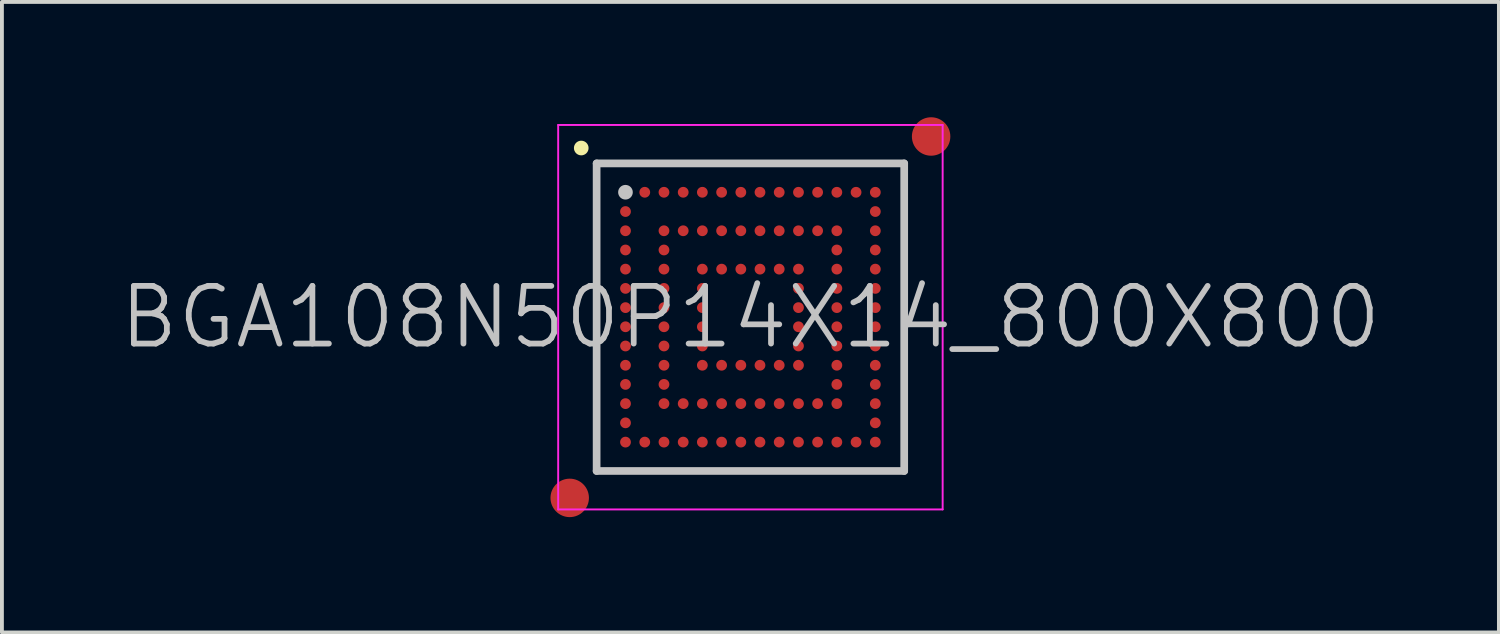
<source format=kicad_pcb>
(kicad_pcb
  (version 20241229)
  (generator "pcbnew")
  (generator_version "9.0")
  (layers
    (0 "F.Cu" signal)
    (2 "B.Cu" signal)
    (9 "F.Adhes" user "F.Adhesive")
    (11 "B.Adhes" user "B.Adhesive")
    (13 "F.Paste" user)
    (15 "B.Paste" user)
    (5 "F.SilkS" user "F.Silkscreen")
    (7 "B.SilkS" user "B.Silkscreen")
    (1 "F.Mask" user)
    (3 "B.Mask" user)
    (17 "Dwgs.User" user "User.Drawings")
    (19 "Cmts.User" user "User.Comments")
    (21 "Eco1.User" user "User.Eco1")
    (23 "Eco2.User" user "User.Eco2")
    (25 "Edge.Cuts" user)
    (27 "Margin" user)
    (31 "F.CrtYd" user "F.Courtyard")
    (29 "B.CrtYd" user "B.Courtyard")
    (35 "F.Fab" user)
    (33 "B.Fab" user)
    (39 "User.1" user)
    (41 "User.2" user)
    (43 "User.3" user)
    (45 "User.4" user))
  (footprint "BGA108N50P14X14_800X800"
    (layer "F.Cu")
    (at 16.468 5.2)
    (property "Reference" "BGA108N50P14X14_800X800" (at 0 0 0) (layer "Dwgs.User") (effects (font (size 1.5 1.5) (thickness 0.15))))
    (attr smd)
    (fp_line (start -4.4 -4.4) (end -4.4 -4.4) (stroke (width 0.381) (type solid)) (layer "F.SilkS"))
    (fp_line (start -4 -4) (end -4 4) (stroke (width 0.2) (type solid)) (layer "Dwgs.User"))
    (fp_line (start -4 -4) (end 4 -4) (stroke (width 0.2) (type solid)) (layer "Dwgs.User"))
    (fp_line (start -4 4) (end 4 4) (stroke (width 0.2) (type solid)) (layer "Dwgs.User"))
    (fp_line (start -3.25 -3.25) (end -3.25 -3.25) (stroke (width 0.381) (type solid)) (layer "Dwgs.User"))
    (fp_line (start 4 -4) (end 4 4) (stroke (width 0.2) (type solid)) (layer "Dwgs.User"))
    (fp_line (start -5 -5) (end -5 5) (stroke (width 0.05) (type solid)) (layer "F.CrtYd"))
    (fp_line (start -5 -5) (end 5 -5) (stroke (width 0.05) (type solid)) (layer "F.CrtYd"))
    (fp_line (start -5 5) (end 5 5) (stroke (width 0.05) (type solid)) (layer "F.CrtYd"))
    (fp_line (start 5 -5) (end 5 5) (stroke (width 0.05) (type solid)) (layer "F.CrtYd"))
    (pad "" smd circle (at -4.7 4.7) (size 1 1) (layers "F.Cu" "F.Mask"))
    (pad "" smd circle (at 4.7 -4.7) (size 1 1) (layers "F.Cu" "F.Mask"))
    (pad "A1" smd circle (at -3.249 -3.249 270) (size 0.28 0.28) (layers "F.Cu" "F.Mask" "F.Paste"))
    (pad "A2" smd circle (at -2.748 -3.249 270) (size 0.28 0.28) (layers "F.Cu" "F.Mask" "F.Paste"))
    (pad "A3" smd circle (at -2.248 -3.249 270) (size 0.28 0.28) (layers "F.Cu" "F.Mask" "F.Paste"))
    (pad "A4" smd circle (at -1.748 -3.249 270) (size 0.28 0.28) (layers "F.Cu" "F.Mask" "F.Paste"))
    (pad "A5" smd circle (at -1.25 -3.249 270) (size 0.28 0.28) (layers "F.Cu" "F.Mask" "F.Paste"))
    (pad "A6" smd circle (at -0.749 -3.249 270) (size 0.28 0.28) (layers "F.Cu" "F.Mask" "F.Paste"))
    (pad "A7" smd circle (at -0.249 -3.249 270) (size 0.28 0.28) (layers "F.Cu" "F.Mask" "F.Paste"))
    (pad "A8" smd circle (at 0.249 -3.249 270) (size 0.28 0.28) (layers "F.Cu" "F.Mask" "F.Paste"))
    (pad "A9" smd circle (at 0.749 -3.249 270) (size 0.28 0.28) (layers "F.Cu" "F.Mask" "F.Paste"))
    (pad "A10" smd circle (at 1.25 -3.249 270) (size 0.28 0.28) (layers "F.Cu" "F.Mask" "F.Paste"))
    (pad "A11" smd circle (at 1.748 -3.249 270) (size 0.28 0.28) (layers "F.Cu" "F.Mask" "F.Paste"))
    (pad "A12" smd circle (at 2.248 -3.249 270) (size 0.28 0.28) (layers "F.Cu" "F.Mask" "F.Paste"))
    (pad "A13" smd circle (at 2.748 -3.249 270) (size 0.28 0.28) (layers "F.Cu" "F.Mask" "F.Paste"))
    (pad "A14" smd circle (at 3.249 -3.249 270) (size 0.28 0.28) (layers "F.Cu" "F.Mask" "F.Paste"))
    (pad "B1" smd circle (at -3.249 -2.748 270) (size 0.28 0.28) (layers "F.Cu" "F.Mask" "F.Paste"))
    (pad "B14" smd circle (at 3.249 -2.748 270) (size 0.28 0.28) (layers "F.Cu" "F.Mask" "F.Paste"))
    (pad "C1" smd circle (at -3.249 -2.248 270) (size 0.28 0.28) (layers "F.Cu" "F.Mask" "F.Paste"))
    (pad "C3" smd circle (at -2.248 -2.248 270) (size 0.28 0.28) (layers "F.Cu" "F.Mask" "F.Paste"))
    (pad "C4" smd circle (at -1.748 -2.248 270) (size 0.28 0.28) (layers "F.Cu" "F.Mask" "F.Paste"))
    (pad "C5" smd circle (at -1.25 -2.248 270) (size 0.28 0.28) (layers "F.Cu" "F.Mask" "F.Paste"))
    (pad "C6" smd circle (at -0.749 -2.248 270) (size 0.28 0.28) (layers "F.Cu" "F.Mask" "F.Paste"))
    (pad "C7" smd circle (at -0.249 -2.248 270) (size 0.28 0.28) (layers "F.Cu" "F.Mask" "F.Paste"))
    (pad "C8" smd circle (at 0.249 -2.248 270) (size 0.28 0.28) (layers "F.Cu" "F.Mask" "F.Paste"))
    (pad "C9" smd circle (at 0.749 -2.248 270) (size 0.28 0.28) (layers "F.Cu" "F.Mask" "F.Paste"))
    (pad "C10" smd circle (at 1.25 -2.248 270) (size 0.28 0.28) (layers "F.Cu" "F.Mask" "F.Paste"))
    (pad "C11" smd circle (at 1.748 -2.248 270) (size 0.28 0.28) (layers "F.Cu" "F.Mask" "F.Paste"))
    (pad "C12" smd circle (at 2.248 -2.248 270) (size 0.28 0.28) (layers "F.Cu" "F.Mask" "F.Paste"))
    (pad "C14" smd circle (at 3.249 -2.248 270) (size 0.28 0.28) (layers "F.Cu" "F.Mask" "F.Paste"))
    (pad "D1" smd circle (at -3.249 -1.748 270) (size 0.28 0.28) (layers "F.Cu" "F.Mask" "F.Paste"))
    (pad "D3" smd circle (at -2.248 -1.748 270) (size 0.28 0.28) (layers "F.Cu" "F.Mask" "F.Paste"))
    (pad "D12" smd circle (at 2.248 -1.748 270) (size 0.28 0.28) (layers "F.Cu" "F.Mask" "F.Paste"))
    (pad "D14" smd circle (at 3.249 -1.748 270) (size 0.28 0.28) (layers "F.Cu" "F.Mask" "F.Paste"))
    (pad "E1" smd circle (at -3.249 -1.25 270) (size 0.28 0.28) (layers "F.Cu" "F.Mask" "F.Paste"))
    (pad "E3" smd circle (at -2.248 -1.25 270) (size 0.28 0.28) (layers "F.Cu" "F.Mask" "F.Paste"))
    (pad "E5" smd circle (at -1.25 -1.25 270) (size 0.28 0.28) (layers "F.Cu" "F.Mask" "F.Paste"))
    (pad "E6" smd circle (at -0.749 -1.25 270) (size 0.28 0.28) (layers "F.Cu" "F.Mask" "F.Paste"))
    (pad "E7" smd circle (at -0.249 -1.25 270) (size 0.28 0.28) (layers "F.Cu" "F.Mask" "F.Paste"))
    (pad "E8" smd circle (at 0.249 -1.25 270) (size 0.28 0.28) (layers "F.Cu" "F.Mask" "F.Paste"))
    (pad "E9" smd circle (at 0.749 -1.25 270) (size 0.28 0.28) (layers "F.Cu" "F.Mask" "F.Paste"))
    (pad "E10" smd circle (at 1.25 -1.25 270) (size 0.28 0.28) (layers "F.Cu" "F.Mask" "F.Paste"))
    (pad "E12" smd circle (at 2.248 -1.25 270) (size 0.28 0.28) (layers "F.Cu" "F.Mask" "F.Paste"))
    (pad "E14" smd circle (at 3.249 -1.25 270) (size 0.28 0.28) (layers "F.Cu" "F.Mask" "F.Paste"))
    (pad "F1" smd circle (at -3.249 -0.749 270) (size 0.28 0.28) (layers "F.Cu" "F.Mask" "F.Paste"))
    (pad "F3" smd circle (at -2.248 -0.749 270) (size 0.28 0.28) (layers "F.Cu" "F.Mask" "F.Paste"))
    (pad "F5" smd circle (at -1.25 -0.749 270) (size 0.28 0.28) (layers "F.Cu" "F.Mask" "F.Paste"))
    (pad "F10" smd circle (at 1.25 -0.749 270) (size 0.28 0.28) (layers "F.Cu" "F.Mask" "F.Paste"))
    (pad "F12" smd circle (at 2.248 -0.749 270) (size 0.28 0.28) (layers "F.Cu" "F.Mask" "F.Paste"))
    (pad "F14" smd circle (at 3.249 -0.749 270) (size 0.28 0.28) (layers "F.Cu" "F.Mask" "F.Paste"))
    (pad "G1" smd circle (at -3.249 -0.249 270) (size 0.28 0.28) (layers "F.Cu" "F.Mask" "F.Paste"))
    (pad "G3" smd circle (at -2.248 -0.249 270) (size 0.28 0.28) (layers "F.Cu" "F.Mask" "F.Paste"))
    (pad "G5" smd circle (at -1.25 -0.249 270) (size 0.28 0.28) (layers "F.Cu" "F.Mask" "F.Paste"))
    (pad "G10" smd circle (at 1.25 -0.249 270) (size 0.28 0.28) (layers "F.Cu" "F.Mask" "F.Paste"))
    (pad "G12" smd circle (at 2.248 -0.249 270) (size 0.28 0.28) (layers "F.Cu" "F.Mask" "F.Paste"))
    (pad "G14" smd circle (at 3.249 -0.249 270) (size 0.28 0.28) (layers "F.Cu" "F.Mask" "F.Paste"))
    (pad "H1" smd circle (at -3.249 0.249 270) (size 0.28 0.28) (layers "F.Cu" "F.Mask" "F.Paste"))
    (pad "H3" smd circle (at -2.248 0.249 270) (size 0.28 0.28) (layers "F.Cu" "F.Mask" "F.Paste"))
    (pad "H5" smd circle (at -1.25 0.249 270) (size 0.28 0.28) (layers "F.Cu" "F.Mask" "F.Paste"))
    (pad "H10" smd circle (at 1.25 0.249 270) (size 0.28 0.28) (layers "F.Cu" "F.Mask" "F.Paste"))
    (pad "H12" smd circle (at 2.248 0.249 270) (size 0.28 0.28) (layers "F.Cu" "F.Mask" "F.Paste"))
    (pad "H14" smd circle (at 3.249 0.249 270) (size 0.28 0.28) (layers "F.Cu" "F.Mask" "F.Paste"))
    (pad "J1" smd circle (at -3.249 0.749 270) (size 0.28 0.28) (layers "F.Cu" "F.Mask" "F.Paste"))
    (pad "J3" smd circle (at -2.248 0.749 270) (size 0.28 0.28) (layers "F.Cu" "F.Mask" "F.Paste"))
    (pad "J5" smd circle (at -1.25 0.749 270) (size 0.28 0.28) (layers "F.Cu" "F.Mask" "F.Paste"))
    (pad "J10" smd circle (at 1.25 0.749 270) (size 0.28 0.28) (layers "F.Cu" "F.Mask" "F.Paste"))
    (pad "J12" smd circle (at 2.248 0.749 270) (size 0.28 0.28) (layers "F.Cu" "F.Mask" "F.Paste"))
    (pad "J14" smd circle (at 3.249 0.749 270) (size 0.28 0.28) (layers "F.Cu" "F.Mask" "F.Paste"))
    (pad "K1" smd circle (at -3.249 1.25 270) (size 0.28 0.28) (layers "F.Cu" "F.Mask" "F.Paste"))
    (pad "K3" smd circle (at -2.248 1.25 270) (size 0.28 0.28) (layers "F.Cu" "F.Mask" "F.Paste"))
    (pad "K5" smd circle (at -1.25 1.25 270) (size 0.28 0.28) (layers "F.Cu" "F.Mask" "F.Paste"))
    (pad "K6" smd circle (at -0.749 1.25 270) (size 0.28 0.28) (layers "F.Cu" "F.Mask" "F.Paste"))
    (pad "K7" smd circle (at -0.249 1.25 270) (size 0.28 0.28) (layers "F.Cu" "F.Mask" "F.Paste"))
    (pad "K8" smd circle (at 0.249 1.25 270) (size 0.28 0.28) (layers "F.Cu" "F.Mask" "F.Paste"))
    (pad "K9" smd circle (at 0.749 1.25 270) (size 0.28 0.28) (layers "F.Cu" "F.Mask" "F.Paste"))
    (pad "K10" smd circle (at 1.25 1.25 270) (size 0.28 0.28) (layers "F.Cu" "F.Mask" "F.Paste"))
    (pad "K12" smd circle (at 2.248 1.25 270) (size 0.28 0.28) (layers "F.Cu" "F.Mask" "F.Paste"))
    (pad "K14" smd circle (at 3.249 1.25 270) (size 0.28 0.28) (layers "F.Cu" "F.Mask" "F.Paste"))
    (pad "L1" smd circle (at -3.249 1.748 270) (size 0.28 0.28) (layers "F.Cu" "F.Mask" "F.Paste"))
    (pad "L3" smd circle (at -2.248 1.748 270) (size 0.28 0.28) (layers "F.Cu" "F.Mask" "F.Paste"))
    (pad "L12" smd circle (at 2.248 1.748 270) (size 0.28 0.28) (layers "F.Cu" "F.Mask" "F.Paste"))
    (pad "L14" smd circle (at 3.249 1.748 270) (size 0.28 0.28) (layers "F.Cu" "F.Mask" "F.Paste"))
    (pad "M1" smd circle (at -3.249 2.248 270) (size 0.28 0.28) (layers "F.Cu" "F.Mask" "F.Paste"))
    (pad "M3" smd circle (at -2.248 2.248 270) (size 0.28 0.28) (layers "F.Cu" "F.Mask" "F.Paste"))
    (pad "M4" smd circle (at -1.748 2.248 270) (size 0.28 0.28) (layers "F.Cu" "F.Mask" "F.Paste"))
    (pad "M5" smd circle (at -1.25 2.248 270) (size 0.28 0.28) (layers "F.Cu" "F.Mask" "F.Paste"))
    (pad "M6" smd circle (at -0.749 2.248 270) (size 0.28 0.28) (layers "F.Cu" "F.Mask" "F.Paste"))
    (pad "M7" smd circle (at -0.249 2.248 270) (size 0.28 0.28) (layers "F.Cu" "F.Mask" "F.Paste"))
    (pad "M8" smd circle (at 0.249 2.248 270) (size 0.28 0.28) (layers "F.Cu" "F.Mask" "F.Paste"))
    (pad "M9" smd circle (at 0.749 2.248 270) (size 0.28 0.28) (layers "F.Cu" "F.Mask" "F.Paste"))
    (pad "M10" smd circle (at 1.25 2.248 270) (size 0.28 0.28) (layers "F.Cu" "F.Mask" "F.Paste"))
    (pad "M11" smd circle (at 1.748 2.248 270) (size 0.28 0.28) (layers "F.Cu" "F.Mask" "F.Paste"))
    (pad "M12" smd circle (at 2.248 2.248 270) (size 0.28 0.28) (layers "F.Cu" "F.Mask" "F.Paste"))
    (pad "M14" smd circle (at 3.249 2.248 270) (size 0.28 0.28) (layers "F.Cu" "F.Mask" "F.Paste"))
    (pad "N1" smd circle (at -3.249 2.748 270) (size 0.28 0.28) (layers "F.Cu" "F.Mask" "F.Paste"))
    (pad "N14" smd circle (at 3.249 2.748 270) (size 0.28 0.28) (layers "F.Cu" "F.Mask" "F.Paste"))
    (pad "P1" smd circle (at -3.249 3.249 270) (size 0.28 0.28) (layers "F.Cu" "F.Mask" "F.Paste"))
    (pad "P2" smd circle (at -2.748 3.249 270) (size 0.28 0.28) (layers "F.Cu" "F.Mask" "F.Paste"))
    (pad "P3" smd circle (at -2.248 3.249 270) (size 0.28 0.28) (layers "F.Cu" "F.Mask" "F.Paste"))
    (pad "P4" smd circle (at -1.748 3.249 270) (size 0.28 0.28) (layers "F.Cu" "F.Mask" "F.Paste"))
    (pad "P5" smd circle (at -1.25 3.249 270) (size 0.28 0.28) (layers "F.Cu" "F.Mask" "F.Paste"))
    (pad "P6" smd circle (at -0.749 3.249 270) (size 0.28 0.28) (layers "F.Cu" "F.Mask" "F.Paste"))
    (pad "P7" smd circle (at -0.249 3.249 270) (size 0.28 0.28) (layers "F.Cu" "F.Mask" "F.Paste"))
    (pad "P8" smd circle (at 0.249 3.249 270) (size 0.28 0.28) (layers "F.Cu" "F.Mask" "F.Paste"))
    (pad "P9" smd circle (at 0.749 3.249 270) (size 0.28 0.28) (layers "F.Cu" "F.Mask" "F.Paste"))
    (pad "P10" smd circle (at 1.25 3.249 270) (size 0.28 0.28) (layers "F.Cu" "F.Mask" "F.Paste"))
    (pad "P11" smd circle (at 1.748 3.249 270) (size 0.28 0.28) (layers "F.Cu" "F.Mask" "F.Paste"))
    (pad "P12" smd circle (at 2.248 3.249 270) (size 0.28 0.28) (layers "F.Cu" "F.Mask" "F.Paste"))
    (pad "P13" smd circle (at 2.748 3.249 270) (size 0.28 0.28) (layers "F.Cu" "F.Mask" "F.Paste"))
    (pad "P14" smd circle (at 3.249 3.249 270) (size 0.28 0.28) (layers "F.Cu" "F.Mask" "F.Paste")))
  (gr_rect
    (start -3 -3)
    (end 35.936 13.4)
    (stroke (width 0.1) (type default))
    (fill no)
    (layer "Edge.Cuts")))
</source>
